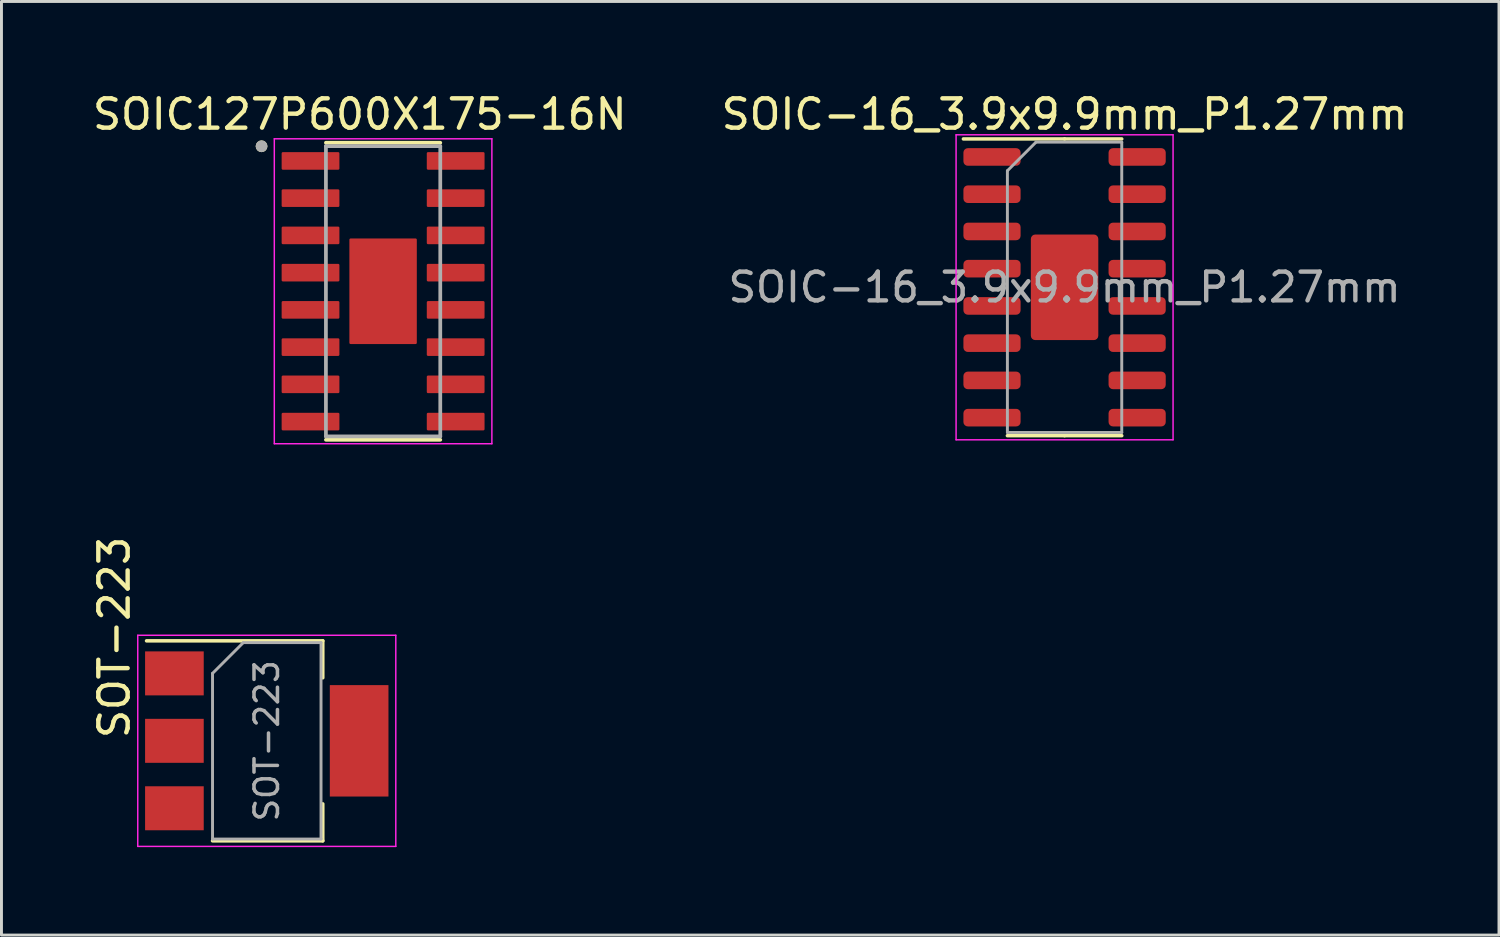
<source format=kicad_pcb>
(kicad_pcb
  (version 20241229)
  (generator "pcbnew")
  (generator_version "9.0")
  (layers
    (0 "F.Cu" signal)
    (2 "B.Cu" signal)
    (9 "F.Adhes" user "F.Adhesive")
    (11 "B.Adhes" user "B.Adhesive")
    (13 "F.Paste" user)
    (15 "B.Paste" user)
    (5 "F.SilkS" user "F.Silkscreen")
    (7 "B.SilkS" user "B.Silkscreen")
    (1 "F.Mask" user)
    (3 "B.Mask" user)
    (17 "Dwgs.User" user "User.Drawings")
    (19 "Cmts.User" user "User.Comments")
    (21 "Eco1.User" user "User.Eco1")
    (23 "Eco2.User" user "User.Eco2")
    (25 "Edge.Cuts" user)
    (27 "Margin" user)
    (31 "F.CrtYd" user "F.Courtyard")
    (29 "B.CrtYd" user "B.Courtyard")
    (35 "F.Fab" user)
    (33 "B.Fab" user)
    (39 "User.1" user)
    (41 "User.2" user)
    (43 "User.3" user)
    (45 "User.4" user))
  (footprint "SOT-223"
    (layer "F.Cu")
    (at 6.048 22.215)
    (property "Reference" "SOT-223" (at -5.2 0 270) (layer "F.SilkS") (effects (font (size 1 1) (thickness 0.15)) (justify left)))
    (attr smd)
    (fp_line (start -4.1 -3.41) (end 1.91 -3.41) (stroke (width 0.12) (type solid)) (layer "F.SilkS"))
    (fp_line (start -1.85 3.41) (end 1.91 3.41) (stroke (width 0.12) (type solid)) (layer "F.SilkS"))
    (fp_line (start 1.91 -3.41) (end 1.91 -2.15) (stroke (width 0.12) (type solid)) (layer "F.SilkS"))
    (fp_line (start 1.91 3.41) (end 1.91 2.15) (stroke (width 0.12) (type solid)) (layer "F.SilkS"))
    (fp_line (start -4.4 -3.6) (end -4.4 3.6) (stroke (width 0.05) (type solid)) (layer "F.CrtYd"))
    (fp_line (start -4.4 3.6) (end 4.4 3.6) (stroke (width 0.05) (type solid)) (layer "F.CrtYd"))
    (fp_line (start 4.4 -3.6) (end -4.4 -3.6) (stroke (width 0.05) (type solid)) (layer "F.CrtYd"))
    (fp_line (start 4.4 3.6) (end 4.4 -3.6) (stroke (width 0.05) (type solid)) (layer "F.CrtYd"))
    (fp_line (start -1.85 -2.3) (end -1.85 3.35) (stroke (width 0.1) (type solid)) (layer "F.Fab"))
    (fp_line (start -1.85 -2.3) (end -0.8 -3.35) (stroke (width 0.1) (type solid)) (layer "F.Fab"))
    (fp_line (start -1.85 3.35) (end 1.85 3.35) (stroke (width 0.1) (type solid)) (layer "F.Fab"))
    (fp_line (start -0.8 -3.35) (end 1.85 -3.35) (stroke (width 0.1) (type solid)) (layer "F.Fab"))
    (fp_line (start 1.85 -3.35) (end 1.85 3.35) (stroke (width 0.1) (type solid)) (layer "F.Fab"))
    (fp_text user "${REFERENCE}" (at 0 0 90) (layer "F.Fab") (effects (font (size 0.8 0.8) (thickness 0.12))))
    (pad "1" smd rect (at -3.15 -2.3) (size 2 1.5) (layers "F.Cu" "F.Mask" "F.Paste"))
    (pad "2" smd rect (at -3.15 0) (size 2 1.5) (layers "F.Cu" "F.Mask" "F.Paste"))
    (pad "3" smd rect (at -3.15 2.3) (size 2 1.5) (layers "F.Cu" "F.Mask" "F.Paste"))
    (pad "4" smd rect (at 3.15 0) (size 2 3.8) (layers "F.Cu" "F.Mask" "F.Paste")))
  (footprint "SOIC-16_3.9x9.9mm_P1.27mm"
    (layer "F.Cu")
    (at 33.256 6.748)
    (property "Reference" "SOIC-16_3.9x9.9mm_P1.27mm" (at 0 -5.9 0) (layer "F.SilkS") (effects (font (size 1 1) (thickness 0.15))))
    (attr smd)
    (fp_line (start 0 -5.06) (end -3.45 -5.06) (stroke (width 0.12) (type solid)) (layer "F.SilkS"))
    (fp_line (start 0 -5.06) (end 1.95 -5.06) (stroke (width 0.12) (type solid)) (layer "F.SilkS"))
    (fp_line (start 0 5.06) (end -1.95 5.06) (stroke (width 0.12) (type solid)) (layer "F.SilkS"))
    (fp_line (start 0 5.06) (end 1.95 5.06) (stroke (width 0.12) (type solid)) (layer "F.SilkS"))
    (fp_line (start -3.7 -5.2) (end -3.7 5.2) (stroke (width 0.05) (type solid)) (layer "F.CrtYd"))
    (fp_line (start -3.7 5.2) (end 3.7 5.2) (stroke (width 0.05) (type solid)) (layer "F.CrtYd"))
    (fp_line (start 3.7 -5.2) (end -3.7 -5.2) (stroke (width 0.05) (type solid)) (layer "F.CrtYd"))
    (fp_line (start 3.7 5.2) (end 3.7 -5.2) (stroke (width 0.05) (type solid)) (layer "F.CrtYd"))
    (fp_line (start -1.95 -3.975) (end -0.975 -4.95) (stroke (width 0.1) (type solid)) (layer "F.Fab"))
    (fp_line (start -1.95 4.95) (end -1.95 -3.975) (stroke (width 0.1) (type solid)) (layer "F.Fab"))
    (fp_line (start -0.975 -4.95) (end 1.95 -4.95) (stroke (width 0.1) (type solid)) (layer "F.Fab"))
    (fp_line (start 1.95 -4.95) (end 1.95 4.95) (stroke (width 0.1) (type solid)) (layer "F.Fab"))
    (fp_line (start 1.95 4.95) (end -1.95 4.95) (stroke (width 0.1) (type solid)) (layer "F.Fab"))
    (fp_text user "${REFERENCE}" (at 0 0 0) (layer "F.Fab") (effects (font (size 0.98 0.98) (thickness 0.15))))
    (pad "1" smd roundrect (at -2.475 -4.445) (size 1.95 0.6) (layers "F.Cu" "F.Mask" "F.Paste") (roundrect_rratio 0.25))
    (pad "2" smd roundrect (at -2.475 -3.175) (size 1.95 0.6) (layers "F.Cu" "F.Mask" "F.Paste") (roundrect_rratio 0.25))
    (pad "3" smd roundrect (at -2.475 -1.905) (size 1.95 0.6) (layers "F.Cu" "F.Mask" "F.Paste") (roundrect_rratio 0.25))
    (pad "4" smd roundrect (at -2.475 -0.635) (size 1.95 0.6) (layers "F.Cu" "F.Mask" "F.Paste") (roundrect_rratio 0.25))
    (pad "5" smd roundrect (at -2.475 0.635) (size 1.95 0.6) (layers "F.Cu" "F.Mask" "F.Paste") (roundrect_rratio 0.25))
    (pad "6" smd roundrect (at -2.475 1.905) (size 1.95 0.6) (layers "F.Cu" "F.Mask" "F.Paste") (roundrect_rratio 0.25))
    (pad "7" smd roundrect (at -2.475 3.175) (size 1.95 0.6) (layers "F.Cu" "F.Mask" "F.Paste") (roundrect_rratio 0.25))
    (pad "8" smd roundrect (at -2.475 4.445) (size 1.95 0.6) (layers "F.Cu" "F.Mask" "F.Paste") (roundrect_rratio 0.25))
    (pad "9" smd roundrect (at 2.475 4.445) (size 1.95 0.6) (layers "F.Cu" "F.Mask" "F.Paste") (roundrect_rratio 0.25))
    (pad "10" smd roundrect (at 2.475 3.175) (size 1.95 0.6) (layers "F.Cu" "F.Mask" "F.Paste") (roundrect_rratio 0.25))
    (pad "11" smd roundrect (at 2.475 1.905) (size 1.95 0.6) (layers "F.Cu" "F.Mask" "F.Paste") (roundrect_rratio 0.25))
    (pad "12" smd roundrect (at 2.475 0.635) (size 1.95 0.6) (layers "F.Cu" "F.Mask" "F.Paste") (roundrect_rratio 0.25))
    (pad "13" smd roundrect (at 2.475 -0.635) (size 1.95 0.6) (layers "F.Cu" "F.Mask" "F.Paste") (roundrect_rratio 0.25))
    (pad "14" smd roundrect (at 2.475 -1.905) (size 1.95 0.6) (layers "F.Cu" "F.Mask" "F.Paste") (roundrect_rratio 0.25))
    (pad "15" smd roundrect (at 2.475 -3.175) (size 1.95 0.6) (layers "F.Cu" "F.Mask" "F.Paste") (roundrect_rratio 0.25))
    (pad "16" smd roundrect (at 2.475 -4.445) (size 1.95 0.6) (layers "F.Cu" "F.Mask" "F.Paste") (roundrect_rratio 0.25))
    (pad "17" smd roundrect (at 0 0) (size 2.3 3.6) (layers "F.Cu" "F.Mask" "F.Paste") (roundrect_rratio 0.065)))
  (footprint "SOIC127P600X175-16N"
    (layer "F.Cu")
    (at 10.015 6.883)
    (property "Reference" "SOIC127P600X175-16N" (at -0.795 -6.035 0) (layer "F.SilkS") (effects (font (size 1 1) (thickness 0.15))))
    (attr smd)
    (fp_line (start -1.95 -5.065) (end 1.95 -5.065) (stroke (width 0.127) (type solid)) (layer "F.SilkS"))
    (fp_line (start -1.95 5.065) (end 1.95 5.065) (stroke (width 0.127) (type solid)) (layer "F.SilkS"))
    (fp_circle (center -4.145 -4.945) (end -4.045 -4.945) (stroke (width 0.2) (type solid)) (fill no) (layer "F.SilkS"))
    (fp_line (start -3.71 -5.2) (end -3.71 5.2) (stroke (width 0.05) (type solid)) (layer "F.CrtYd"))
    (fp_line (start -3.71 -5.2) (end 3.71 -5.2) (stroke (width 0.05) (type solid)) (layer "F.CrtYd"))
    (fp_line (start -3.71 5.2) (end 3.71 5.2) (stroke (width 0.05) (type solid)) (layer "F.CrtYd"))
    (fp_line (start 3.71 -5.2) (end 3.71 5.2) (stroke (width 0.05) (type solid)) (layer "F.CrtYd"))
    (fp_line (start -1.95 -4.95) (end -1.95 4.95) (stroke (width 0.127) (type solid)) (layer "F.Fab"))
    (fp_line (start -1.95 -4.95) (end 1.95 -4.95) (stroke (width 0.127) (type solid)) (layer "F.Fab"))
    (fp_line (start -1.95 4.95) (end 1.95 4.95) (stroke (width 0.127) (type solid)) (layer "F.Fab"))
    (fp_line (start 1.95 -4.95) (end 1.95 4.95) (stroke (width 0.127) (type solid)) (layer "F.Fab"))
    (fp_circle (center -4.145 -4.945) (end -4.045 -4.945) (stroke (width 0.2) (type solid)) (fill no) (layer "F.Fab"))
    (pad "1" smd roundrect (at -2.475 -4.445) (size 1.97 0.6) (layers "F.Cu" "F.Mask" "F.Paste") (roundrect_rratio 0.07))
    (pad "2" smd roundrect (at -2.475 -3.175) (size 1.97 0.6) (layers "F.Cu" "F.Mask" "F.Paste") (roundrect_rratio 0.07))
    (pad "3" smd roundrect (at -2.475 -1.905) (size 1.97 0.6) (layers "F.Cu" "F.Mask" "F.Paste") (roundrect_rratio 0.07))
    (pad "4" smd roundrect (at -2.475 -0.635) (size 1.97 0.6) (layers "F.Cu" "F.Mask" "F.Paste") (roundrect_rratio 0.07))
    (pad "5" smd roundrect (at -2.475 0.635) (size 1.97 0.6) (layers "F.Cu" "F.Mask" "F.Paste") (roundrect_rratio 0.07))
    (pad "6" smd roundrect (at -2.475 1.905) (size 1.97 0.6) (layers "F.Cu" "F.Mask" "F.Paste") (roundrect_rratio 0.07))
    (pad "7" smd roundrect (at -2.475 3.175) (size 1.97 0.6) (layers "F.Cu" "F.Mask" "F.Paste") (roundrect_rratio 0.07))
    (pad "8" smd roundrect (at -2.475 4.445) (size 1.97 0.6) (layers "F.Cu" "F.Mask" "F.Paste") (roundrect_rratio 0.07))
    (pad "9" smd roundrect (at 2.475 4.445) (size 1.97 0.6) (layers "F.Cu" "F.Mask" "F.Paste") (roundrect_rratio 0.07))
    (pad "10" smd roundrect (at 2.475 3.175) (size 1.97 0.6) (layers "F.Cu" "F.Mask" "F.Paste") (roundrect_rratio 0.07))
    (pad "11" smd roundrect (at 2.475 1.905) (size 1.97 0.6) (layers "F.Cu" "F.Mask" "F.Paste") (roundrect_rratio 0.07))
    (pad "12" smd roundrect (at 2.475 0.635) (size 1.97 0.6) (layers "F.Cu" "F.Mask" "F.Paste") (roundrect_rratio 0.07))
    (pad "13" smd roundrect (at 2.475 -0.635) (size 1.97 0.6) (layers "F.Cu" "F.Mask" "F.Paste") (roundrect_rratio 0.07))
    (pad "14" smd roundrect (at 2.475 -1.905) (size 1.97 0.6) (layers "F.Cu" "F.Mask" "F.Paste") (roundrect_rratio 0.07))
    (pad "15" smd roundrect (at 2.475 -3.175) (size 1.97 0.6) (layers "F.Cu" "F.Mask" "F.Paste") (roundrect_rratio 0.07))
    (pad "16" smd roundrect (at 2.475 -4.445) (size 1.97 0.6) (layers "F.Cu" "F.Mask" "F.Paste") (roundrect_rratio 0.07))
    (pad "17" smd roundrect (at 0 0) (size 2.3 3.6) (layers "F.Cu" "F.Mask" "F.Paste") (roundrect_rratio 0.018)))
  (gr_rect
    (start -3 -3)
    (end 48.071 28.84)
    (stroke (width 0.1) (type default))
    (fill no)
    (layer "Edge.Cuts")))
</source>
